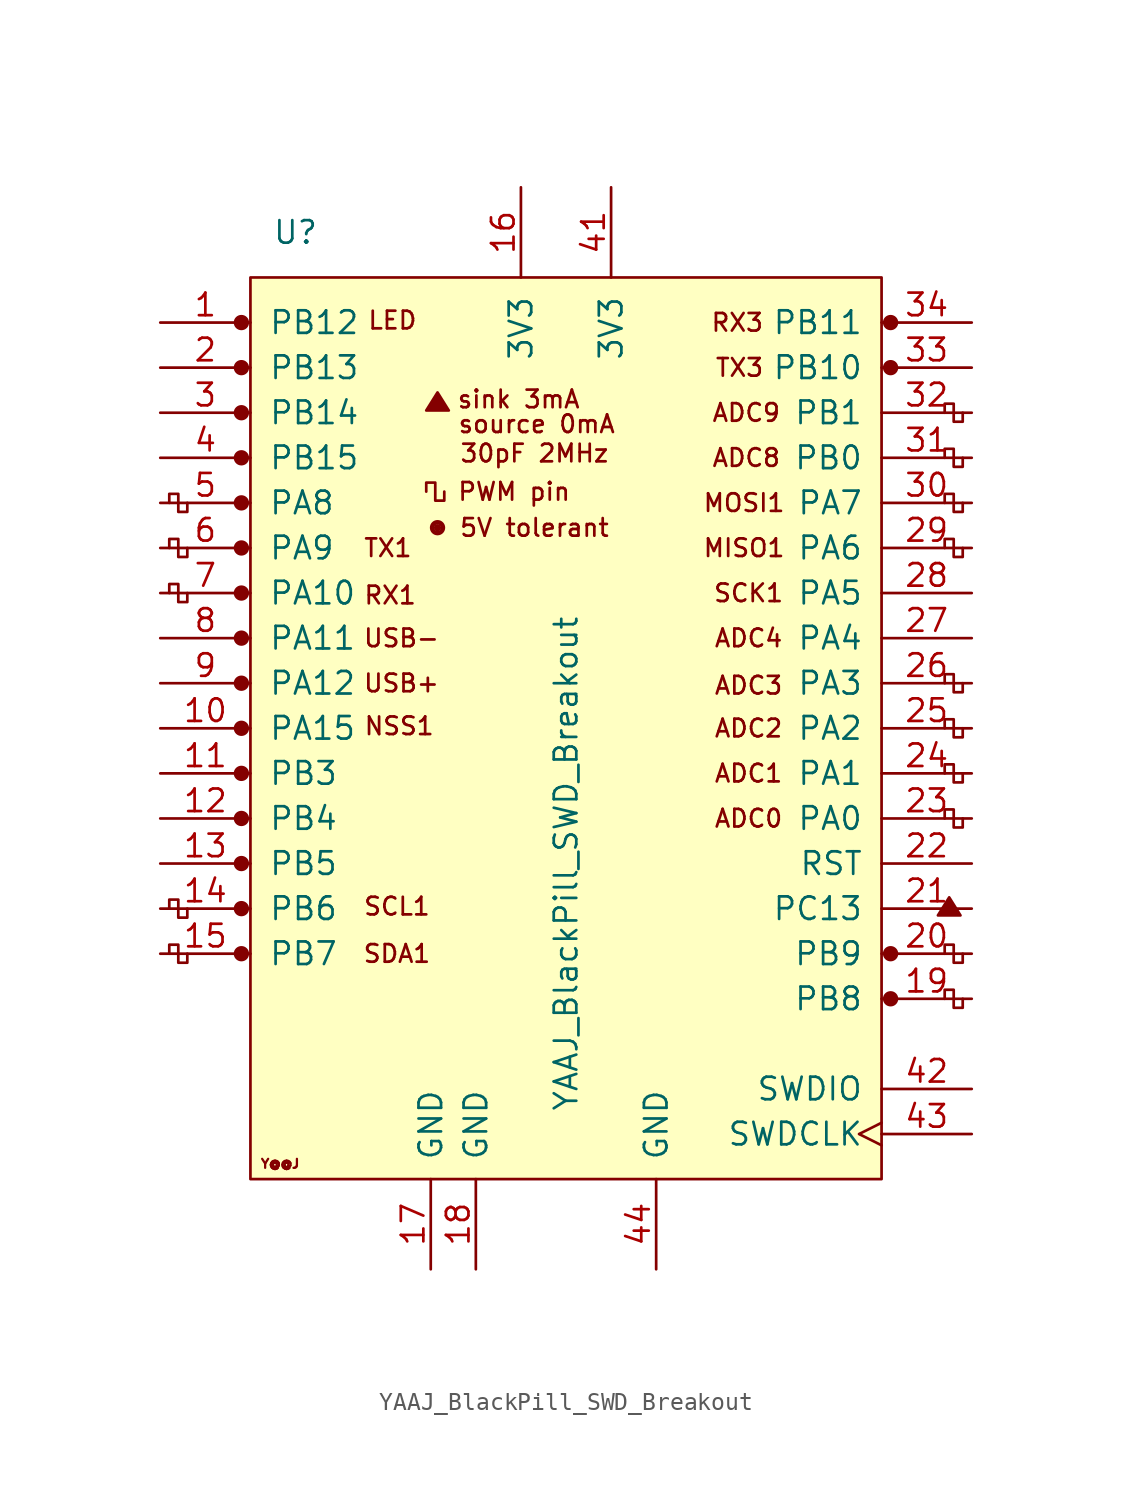
<source format=kicad_sym>
(kicad_symbol_lib
  (version 20220914)
  (generator kicad_symbol_editor)
  (symbol "YAAJ_BlackPill_SWD_Breakout"
    (pin_names
      (offset 1.016))
    (property "Reference" "U"
      (at -15.24 27.94 0)
      (effects (font (size 1.27 1.27))))
    (property "Value" "YAAJ_BlackPill_SWD_Breakout"
      (at 0 -7.62 90)
      (effects (font (size 1.27 1.27))))
    (symbol "YAAJ_BlackPill_SWD_Breakout_0_0"
      (circle (center -18.288 -12.7) (radius 0.356) (stroke (width 0) (type solid)) (fill (type outline)))
      (circle (center -18.288 -10.16) (radius 0.356) (stroke (width 0) (type solid)) (fill (type outline)))
      (circle (center -18.288 -7.62) (radius 0.356) (stroke (width 0) (type solid)) (fill (type outline)))
      (circle (center -18.288 -5.08) (radius 0.356) (stroke (width 0) (type solid)) (fill (type outline)))
      (circle (center -18.288 -2.54) (radius 0.356) (stroke (width 0) (type solid)) (fill (type outline)))
      (circle (center -18.288 0) (radius 0.356) (stroke (width 0) (type solid)) (fill (type outline)))
      (circle (center -18.288 2.54) (radius 0.356) (stroke (width 0) (type solid)) (fill (type outline)))
      (circle (center -18.288 5.08) (radius 0.356) (stroke (width 0) (type solid)) (fill (type outline)))
      (circle (center -18.288 7.62) (radius 0.356) (stroke (width 0) (type solid)) (fill (type outline)))
      (circle (center -18.288 10.16) (radius 0.356) (stroke (width 0) (type solid)) (fill (type outline)))
      (circle (center -18.288 12.7) (radius 0.356) (stroke (width 0) (type solid)) (fill (type outline)))
      (circle (center -18.288 15.24) (radius 0.356) (stroke (width 0) (type solid)) (fill (type outline)))
      (circle (center -18.288 17.78) (radius 0.356) (stroke (width 0) (type solid)) (fill (type outline)))
      (circle (center -18.288 22.86) (radius 0.356) (stroke (width 0) (type solid)) (fill (type outline)))
      (circle (center -7.239 11.303) (radius 0.127) (stroke (width 0) (type solid)) (fill (type outline)))
      (circle (center -7.239 11.303) (radius 0.254) (stroke (width 0) (type solid)) (fill (type none)))
      (circle (center -7.239 11.303) (radius 0.356) (stroke (width 0) (type solid)) (fill (type none)))
      (polyline (pts (xy -7.874 17.907) (xy -7.239 18.923) (xy -6.604 17.907) (xy -7.874 17.907) (xy -7.239 18.796) (xy -6.731 17.907) (xy -7.747 18.034) (xy -7.239 18.669) (xy -6.858 17.907) (xy -7.62 18.161) (xy -7.112 18.542) (xy -6.985 17.907) (xy -7.493 18.288) (xy -6.985 18.415) (xy -7.112 18.034) (xy -7.366 18.288) (xy -7.112 18.161) (xy -7.239 18.415)) (stroke (width 0) (type solid)) (fill (type none)))
      (polyline (pts (xy 20.955 -10.541) (xy 21.59 -9.525) (xy 22.225 -10.541) (xy 20.955 -10.541) (xy 21.59 -9.652) (xy 22.098 -10.541) (xy 21.082 -10.414) (xy 21.59 -9.779) (xy 21.971 -10.541) (xy 21.209 -10.287) (xy 21.717 -9.906) (xy 21.844 -10.541) (xy 21.336 -10.16) (xy 21.844 -10.033) (xy 21.717 -10.414) (xy 21.463 -10.16) (xy 21.717 -10.287) (xy 21.59 -10.033)) (stroke (width 0) (type solid)) (fill (type none)))
      (circle (center 18.288 -15.24) (radius 0.356) (stroke (width 0) (type solid)) (fill (type outline)))
      (circle (center 18.288 -12.7) (radius 0.356) (stroke (width 0) (type solid)) (fill (type outline)))
      (circle (center 18.288 20.32) (radius 0.254) (stroke (width 0) (type solid)) (fill (type outline)))
      (circle (center 18.288 20.32) (radius 0.356) (stroke (width 0) (type solid)) (fill (type none)))
      (circle (center 18.288 22.86) (radius 0.254) (stroke (width 0) (type solid)) (fill (type outline)))
      (circle (center 18.288 22.86) (radius 0.356) (stroke (width 0) (type solid)) (fill (type none)))
      (text "30pF 2MHz" (at -1.778 15.494 0) (effects (font (size 0.991 0.991))))
      (text "5V tolerant" (at -1.778 11.303 0) (effects (font (size 0.991 0.991))))
      (text "ADC0" (at 10.287 -5.08 0) (effects (font (size 0.991 0.991))))
      (text "ADC1" (at 10.287 -2.54 0) (effects (font (size 0.991 0.991))))
      (text "ADC2" (at 10.287 0 0) (effects (font (size 0.991 0.991))))
      (text "ADC3" (at 10.287 2.413 0) (effects (font (size 0.991 0.991))))
      (text "ADC4" (at 10.287 5.08 0) (effects (font (size 0.991 0.991))))
      (text "ADC8" (at 10.16 15.24 0) (effects (font (size 0.991 0.991))))
      (text "ADC9" (at 10.16 17.78 0) (effects (font (size 0.991 0.991))))
      (text "LED" (at -9.779 22.987 0) (effects (font (size 0.991 0.991))))
      (text "MISO1" (at 10.033 10.16 0) (effects (font (size 0.991 0.991))))
      (text "MOSI1" (at 10.033 12.7 0) (effects (font (size 0.991 0.991))))
      (text "NSS1" (at -9.398 0.127 0) (effects (font (size 0.991 0.991))))
      (text "PWM pin" (at -2.921 13.335 0) (effects (font (size 0.991 0.991))))
      (text "RX1" (at -9.906 7.493 0) (effects (font (size 0.991 0.991))))
      (text "RX3" (at 9.652 22.86 0) (effects (font (size 0.991 0.991))))
      (text "SCK1" (at 10.287 7.62 0) (effects (font (size 0.991 0.991))))
      (text "SCL1" (at -9.525 -10.033 0) (effects (font (size 0.991 0.991))))
      (text "SDA1" (at -9.525 -12.7 0) (effects (font (size 0.991 0.991))))
      (text "sink 3mA" (at -2.667 18.542 0) (effects (font (size 0.991 0.991))))
      (text "source 0mA" (at -1.651 17.145 0) (effects (font (size 0.991 0.991))))
      (text "TX1" (at -10.033 10.16 0) (effects (font (size 0.991 0.991))))
      (text "TX3" (at 9.779 20.32 0) (effects (font (size 0.991 0.991))))
      (text "USB+" (at -9.271 2.54 0) (effects (font (size 0.991 0.991))))
      (text "USB-" (at -9.271 5.08 0) (effects (font (size 0.991 0.991))))
      (text "Y@@J" (at -16.104 -24.536 0) (effects (font (size 0.508 0.508)))))
    (symbol "YAAJ_BlackPill_SWD_Breakout_0_1"
      (rectangle (start -17.78 25.4) (end 17.78 -25.4) (stroke (width 0) (type solid)) (fill (type background)))
      (polyline (pts (xy -21.336 -12.7) (xy -21.336 -13.208) (xy -21.844 -13.208) (xy -21.844 -12.192) (xy -22.352 -12.192) (xy -22.352 -12.7)) (stroke (width 0) (type solid)) (fill (type none)))
      (polyline (pts (xy -21.336 -10.16) (xy -21.336 -10.668) (xy -21.844 -10.668) (xy -21.844 -9.652) (xy -22.352 -9.652) (xy -22.352 -10.16)) (stroke (width 0) (type solid)) (fill (type none)))
      (polyline (pts (xy -21.336 7.62) (xy -21.336 7.112) (xy -21.844 7.112) (xy -21.844 8.128) (xy -22.352 8.128) (xy -22.352 7.62)) (stroke (width 0) (type solid)) (fill (type none)))
      (polyline (pts (xy -21.336 10.16) (xy -21.336 9.652) (xy -21.844 9.652) (xy -21.844 10.668) (xy -22.352 10.668) (xy -22.352 10.16)) (stroke (width 0) (type solid)) (fill (type none)))
      (polyline (pts (xy -21.336 12.7) (xy -21.336 12.192) (xy -21.844 12.192) (xy -21.844 13.208) (xy -22.352 13.208) (xy -22.352 12.7)) (stroke (width 0) (type solid)) (fill (type none)))
      (polyline (pts (xy -6.858 13.335) (xy -6.858 12.827) (xy -7.366 12.827) (xy -7.366 13.843) (xy -7.874 13.843) (xy -7.874 13.335)) (stroke (width 0) (type solid)) (fill (type none)))
      (polyline (pts (xy 21.336 -15.24) (xy 21.336 -14.732) (xy 21.844 -14.732) (xy 21.844 -15.748) (xy 22.352 -15.748) (xy 22.352 -15.24)) (stroke (width 0) (type solid)) (fill (type none)))
      (polyline (pts (xy 21.336 -12.7) (xy 21.336 -12.192) (xy 21.844 -12.192) (xy 21.844 -13.208) (xy 22.352 -13.208) (xy 22.352 -12.7)) (stroke (width 0) (type solid)) (fill (type none)))
      (polyline (pts (xy 22.352 -5.08) (xy 22.352 -5.588) (xy 21.844 -5.588) (xy 21.844 -4.572) (xy 21.336 -4.572) (xy 21.336 -5.08)) (stroke (width 0) (type solid)) (fill (type none)))
      (polyline (pts (xy 22.352 -2.54) (xy 22.352 -3.048) (xy 21.844 -3.048) (xy 21.844 -2.032) (xy 21.336 -2.032) (xy 21.336 -2.54)) (stroke (width 0) (type solid)) (fill (type none)))
      (polyline (pts (xy 22.352 0) (xy 22.352 -0.508) (xy 21.844 -0.508) (xy 21.844 0.508) (xy 21.336 0.508) (xy 21.336 0)) (stroke (width 0) (type solid)) (fill (type none)))
      (polyline (pts (xy 22.352 2.54) (xy 22.352 2.032) (xy 21.844 2.032) (xy 21.844 3.048) (xy 21.336 3.048) (xy 21.336 2.54)) (stroke (width 0) (type solid)) (fill (type none)))
      (polyline (pts (xy 22.352 10.16) (xy 22.352 9.652) (xy 21.844 9.652) (xy 21.844 10.668) (xy 21.336 10.668) (xy 21.336 10.16)) (stroke (width 0) (type solid)) (fill (type none)))
      (polyline (pts (xy 22.352 12.7) (xy 22.352 12.192) (xy 21.844 12.192) (xy 21.844 13.208) (xy 21.336 13.208) (xy 21.336 12.7)) (stroke (width 0) (type solid)) (fill (type none)))
      (polyline (pts (xy 22.352 15.24) (xy 22.352 14.732) (xy 21.844 14.732) (xy 21.844 15.748) (xy 21.336 15.748) (xy 21.336 15.24)) (stroke (width 0) (type solid)) (fill (type none)))
      (polyline (pts (xy 22.352 17.78) (xy 22.352 17.272) (xy 21.844 17.272) (xy 21.844 18.288) (xy 21.336 18.288) (xy 21.336 17.78)) (stroke (width 0) (type solid)) (fill (type none))))
    (symbol "YAAJ_BlackPill_SWD_Breakout_1_1"
      (circle (center -18.288 20.32) (radius 0.356) (stroke (width 0) (type solid)) (fill (type outline)))
      (pin bidirectional line (at -22.86 22.86 0) (length 5.08) (name "PB12" (effects (font (size 1.27 1.27)))) (number "1" (effects (font (size 1.27 1.27)))))
      (pin bidirectional line (at -22.86 0 0) (length 5.08) (name "PA15" (effects (font (size 1.27 1.27)))) (number "10" (effects (font (size 1.27 1.27)))))
      (pin bidirectional line (at -22.86 -2.54 0) (length 5.08) (name "PB3" (effects (font (size 1.27 1.27)))) (number "11" (effects (font (size 1.27 1.27)))))
      (pin bidirectional line (at -22.86 -5.08 0) (length 5.08) (name "PB4" (effects (font (size 1.27 1.27)))) (number "12" (effects (font (size 1.27 1.27)))))
      (pin bidirectional line (at -22.86 -7.62 0) (length 5.08) (name "PB5" (effects (font (size 1.27 1.27)))) (number "13" (effects (font (size 1.27 1.27)))))
      (pin bidirectional line (at -22.86 -10.16 0) (length 5.08) (name "PB6" (effects (font (size 1.27 1.27)))) (number "14" (effects (font (size 1.27 1.27)))))
      (pin bidirectional line (at -22.86 -12.7 0) (length 5.08) (name "PB7" (effects (font (size 1.27 1.27)))) (number "15" (effects (font (size 1.27 1.27)))))
      (pin power_in line (at -2.54 30.48 270) (length 5.08) (name "3V3" (effects (font (size 1.27 1.27)))) (number "16" (effects (font (size 1.27 1.27)))))
      (pin power_in line (at -7.62 -30.48 90) (length 5.08) (name "GND" (effects (font (size 1.27 1.27)))) (number "17" (effects (font (size 1.27 1.27)))))
      (pin power_in line (at -5.08 -30.48 90) (length 5.08) (name "GND" (effects (font (size 1.27 1.27)))) (number "18" (effects (font (size 1.27 1.27)))))
      (pin bidirectional line (at 22.86 -15.24 180) (length 5.08) (name "PB8" (effects (font (size 1.27 1.27)))) (number "19" (effects (font (size 1.27 1.27)))))
      (pin bidirectional line (at -22.86 20.32 0) (length 5.08) (name "PB13" (effects (font (size 1.27 1.27)))) (number "2" (effects (font (size 1.27 1.27)))))
      (pin bidirectional line (at 22.86 -12.7 180) (length 5.08) (name "PB9" (effects (font (size 1.27 1.27)))) (number "20" (effects (font (size 1.27 1.27)))))
      (pin bidirectional line (at 22.86 -10.16 180) (length 5.08) (name "PC13" (effects (font (size 1.27 1.27)))) (number "21" (effects (font (size 1.27 1.27)))))
      (pin input line (at 22.86 -7.62 180) (length 5.08) (name "RST" (effects (font (size 1.27 1.27)))) (number "22" (effects (font (size 1.27 1.27)))))
      (pin bidirectional line (at 22.86 -5.08 180) (length 5.08) (name "PA0" (effects (font (size 1.27 1.27)))) (number "23" (effects (font (size 1.27 1.27)))))
      (pin bidirectional line (at 22.86 -2.54 180) (length 5.08) (name "PA1" (effects (font (size 1.27 1.27)))) (number "24" (effects (font (size 1.27 1.27)))))
      (pin bidirectional line (at 22.86 0 180) (length 5.08) (name "PA2" (effects (font (size 1.27 1.27)))) (number "25" (effects (font (size 1.27 1.27)))))
      (pin bidirectional line (at 22.86 2.54 180) (length 5.08) (name "PA3" (effects (font (size 1.27 1.27)))) (number "26" (effects (font (size 1.27 1.27)))))
      (pin bidirectional line (at 22.86 5.08 180) (length 5.08) (name "PA4" (effects (font (size 1.27 1.27)))) (number "27" (effects (font (size 1.27 1.27)))))
      (pin bidirectional line (at 22.86 7.62 180) (length 5.08) (name "PA5" (effects (font (size 1.27 1.27)))) (number "28" (effects (font (size 1.27 1.27)))))
      (pin bidirectional line (at 22.86 10.16 180) (length 5.08) (name "PA6" (effects (font (size 1.27 1.27)))) (number "29" (effects (font (size 1.27 1.27)))))
      (pin bidirectional line (at -22.86 17.78 0) (length 5.08) (name "PB14" (effects (font (size 1.27 1.27)))) (number "3" (effects (font (size 1.27 1.27)))))
      (pin bidirectional line (at 22.86 12.7 180) (length 5.08) (name "PA7" (effects (font (size 1.27 1.27)))) (number "30" (effects (font (size 1.27 1.27)))))
      (pin bidirectional line (at 22.86 15.24 180) (length 5.08) (name "PB0" (effects (font (size 1.27 1.27)))) (number "31" (effects (font (size 1.27 1.27)))))
      (pin bidirectional line (at 22.86 17.78 180) (length 5.08) (name "PB1" (effects (font (size 1.27 1.27)))) (number "32" (effects (font (size 1.27 1.27)))))
      (pin bidirectional line (at 22.86 20.32 180) (length 5.08) (name "PB10" (effects (font (size 1.27 1.27)))) (number "33" (effects (font (size 1.27 1.27)))))
      (pin bidirectional line (at 22.86 22.86 180) (length 5.08) (name "PB11" (effects (font (size 1.27 1.27)))) (number "34" (effects (font (size 1.27 1.27)))))
      (pin bidirectional line (at -22.86 15.24 0) (length 5.08) (name "PB15" (effects (font (size 1.27 1.27)))) (number "4" (effects (font (size 1.27 1.27)))))
      (pin power_in line (at 2.54 30.48 270) (length 5.08) (name "3V3" (effects (font (size 1.27 1.27)))) (number "41" (effects (font (size 1.27 1.27)))))
      (pin bidirectional line (at 22.86 -20.32 180) (length 5.08) (name "SWDIO" (effects (font (size 1.27 1.27)))) (number "42" (effects (font (size 1.27 1.27)))))
      (pin input clock (at 22.86 -22.86 180) (length 5.08) (name "SWDCLK" (effects (font (size 1.27 1.27)))) (number "43" (effects (font (size 1.27 1.27)))))
      (pin power_in line (at 5.08 -30.48 90) (length 5.08) (name "GND" (effects (font (size 1.27 1.27)))) (number "44" (effects (font (size 1.27 1.27)))))
      (pin bidirectional line (at -22.86 12.7 0) (length 5.08) (name "PA8" (effects (font (size 1.27 1.27)))) (number "5" (effects (font (size 1.27 1.27)))))
      (pin bidirectional line (at -22.86 10.16 0) (length 5.08) (name "PA9" (effects (font (size 1.27 1.27)))) (number "6" (effects (font (size 1.27 1.27)))))
      (pin bidirectional line (at -22.86 7.62 0) (length 5.08) (name "PA10" (effects (font (size 1.27 1.27)))) (number "7" (effects (font (size 1.27 1.27)))))
      (pin bidirectional line (at -22.86 5.08 0) (length 5.08) (name "PA11" (effects (font (size 1.27 1.27)))) (number "8" (effects (font (size 1.27 1.27)))))
      (pin bidirectional line (at -22.86 2.54 0) (length 5.08) (name "PA12" (effects (font (size 1.27 1.27)))) (number "9" (effects (font (size 1.27 1.27))))))))
</source>
